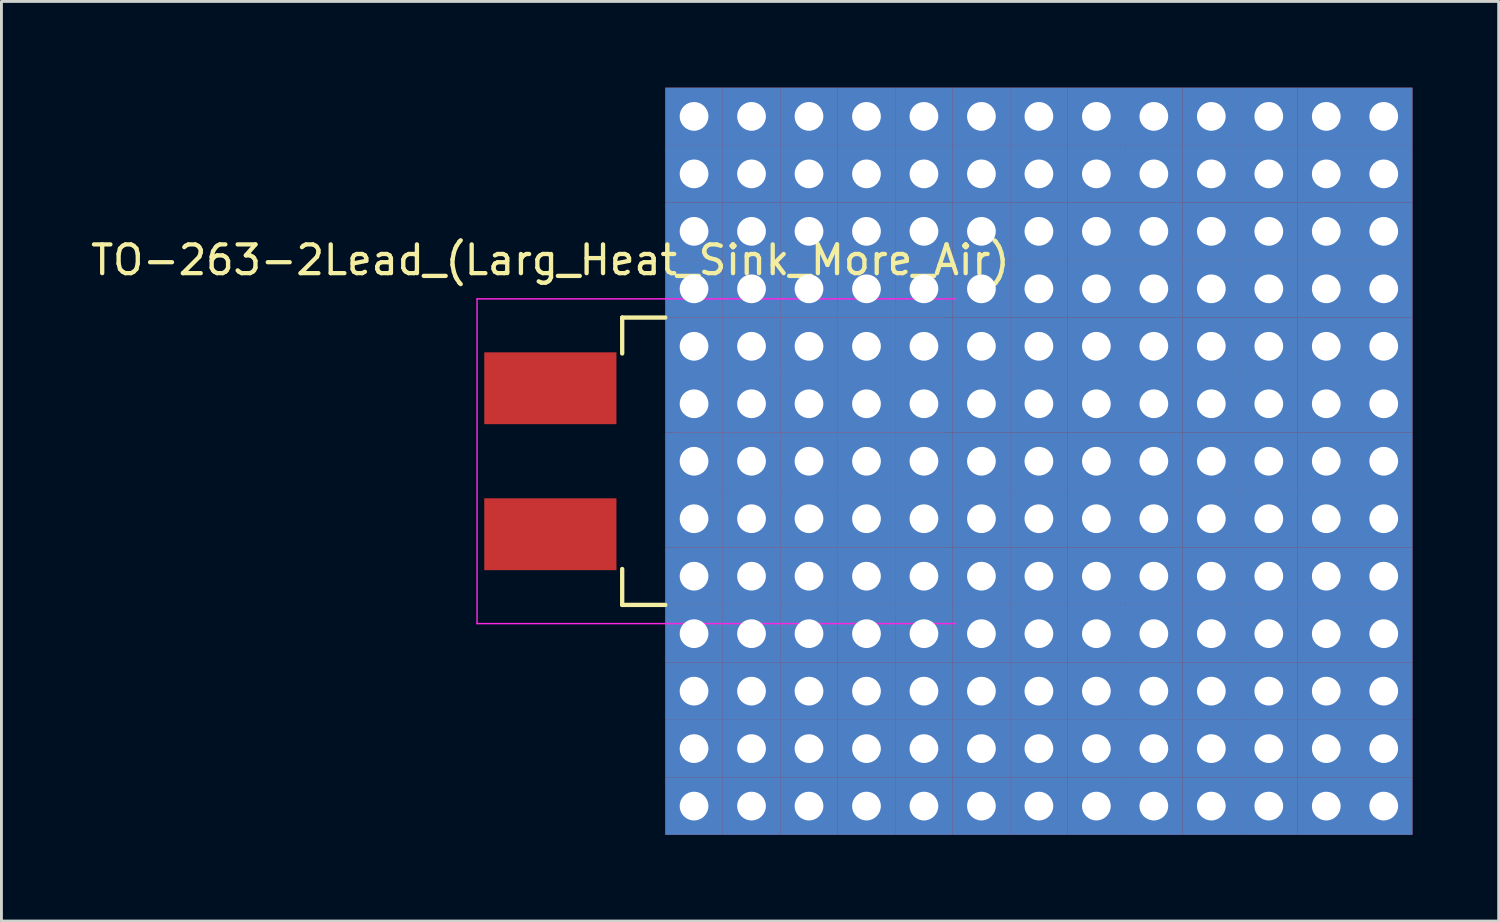
<source format=kicad_pcb>
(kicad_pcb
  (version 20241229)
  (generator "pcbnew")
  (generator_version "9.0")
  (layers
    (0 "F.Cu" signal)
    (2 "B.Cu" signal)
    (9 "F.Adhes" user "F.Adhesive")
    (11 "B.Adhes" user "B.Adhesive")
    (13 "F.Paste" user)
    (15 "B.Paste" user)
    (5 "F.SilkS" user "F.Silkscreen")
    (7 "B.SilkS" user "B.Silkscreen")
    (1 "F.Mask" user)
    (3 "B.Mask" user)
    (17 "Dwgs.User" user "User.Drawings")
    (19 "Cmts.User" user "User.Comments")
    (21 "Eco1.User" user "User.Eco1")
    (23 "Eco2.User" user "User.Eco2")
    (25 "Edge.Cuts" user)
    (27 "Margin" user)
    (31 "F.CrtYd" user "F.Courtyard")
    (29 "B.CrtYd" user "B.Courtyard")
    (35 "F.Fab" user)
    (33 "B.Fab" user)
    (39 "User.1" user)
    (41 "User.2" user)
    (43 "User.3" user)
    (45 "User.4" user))
  (footprint "TO-263-2Lead_(Larg_Heat_Sink_More_Air)"
    (layer "F.Cu")
    (at 16.101 13)
    (property "Reference" "TO-263-2Lead_(Larg_Heat_Sink_More_Air)" (at 0 -7 180) (layer "F.SilkS") (effects (font (size 1 1) (thickness 0.15))))
    (attr smd)
    (fp_line (start 2.5 -5) (end 2.5 -3.75) (stroke (width 0.15) (type solid)) (layer "F.SilkS"))
    (fp_line (start 2.5 -5) (end 4 -5) (stroke (width 0.15) (type solid)) (layer "F.SilkS"))
    (fp_line (start 2.5 5) (end 2.5 3.75) (stroke (width 0.15) (type solid)) (layer "F.SilkS"))
    (fp_line (start 2.5 5) (end 4 5) (stroke (width 0.15) (type solid)) (layer "F.SilkS"))
    (fp_line (start -2.55 -5.65) (end -2.55 5.65) (stroke (width 0.05) (type solid)) (layer "F.CrtYd"))
    (fp_line (start 14.1 -5.65) (end -2.55 -5.65) (stroke (width 0.05) (type solid)) (layer "F.CrtYd"))
    (fp_line (start 14.1 5.65) (end -2.55 5.65) (stroke (width 0.05) (type solid)) (layer "F.CrtYd"))
    (pad "1" smd rect (at 0 -2.54) (size 4.6 2.5) (layers "F.Cu" "F.Mask" "F.Paste"))
    (pad "3" smd rect (at 0 2.54) (size 4.6 2.5) (layers "F.Cu" "F.Mask" "F.Paste"))
    (pad "4" thru_hole rect (at 5 -12) (size 2 2) (drill 1) (layers "*.Cu" "*.Mask"))
    (pad "4" thru_hole rect (at 5 -10) (size 2 2) (drill 1) (layers "*.Cu" "*.Mask"))
    (pad "4" thru_hole rect (at 5 -8) (size 2 2) (drill 1) (layers "*.Cu" "*.Mask"))
    (pad "4" thru_hole rect (at 5 -6) (size 2 2) (drill 1) (layers "*.Cu" "*.Mask"))
    (pad "4" thru_hole rect (at 5 -4) (size 2 2) (drill 1) (layers "*.Cu" "*.Mask"))
    (pad "4" thru_hole rect (at 5 -2) (size 2 2) (drill 1) (layers "*.Cu" "*.Mask"))
    (pad "4" thru_hole rect (at 5 0) (size 2 2) (drill 1) (layers "*.Cu" "*.Mask"))
    (pad "4" thru_hole rect (at 5 2) (size 2 2) (drill 1) (layers "*.Cu" "*.Mask"))
    (pad "4" thru_hole rect (at 5 4) (size 2 2) (drill 1) (layers "*.Cu" "*.Mask"))
    (pad "4" thru_hole rect (at 5 6) (size 2 2) (drill 1) (layers "*.Cu" "*.Mask"))
    (pad "4" thru_hole rect (at 5 8) (size 2 2) (drill 1) (layers "*.Cu" "*.Mask"))
    (pad "4" thru_hole rect (at 5 10) (size 2 2) (drill 1) (layers "*.Cu" "*.Mask"))
    (pad "4" thru_hole rect (at 5 12) (size 2 2) (drill 1) (layers "*.Cu" "*.Mask"))
    (pad "4" thru_hole rect (at 7 -12) (size 2 2) (drill 1) (layers "*.Cu" "*.Mask"))
    (pad "4" thru_hole rect (at 7 -10) (size 2 2) (drill 1) (layers "*.Cu" "*.Mask"))
    (pad "4" thru_hole rect (at 7 -8) (size 2 2) (drill 1) (layers "*.Cu" "*.Mask"))
    (pad "4" thru_hole rect (at 7 -6) (size 2 2) (drill 1) (layers "*.Cu" "*.Mask"))
    (pad "4" thru_hole rect (at 7 -4) (size 2 2) (drill 1) (layers "*.Cu" "*.Mask"))
    (pad "4" thru_hole rect (at 7 -2) (size 2 2) (drill 1) (layers "*.Cu" "*.Mask"))
    (pad "4" thru_hole rect (at 7 0) (size 2 2) (drill 1) (layers "*.Cu" "*.Mask"))
    (pad "4" thru_hole rect (at 7 2) (size 2 2) (drill 1) (layers "*.Cu" "*.Mask"))
    (pad "4" thru_hole rect (at 7 4) (size 2 2) (drill 1) (layers "*.Cu" "*.Mask"))
    (pad "4" thru_hole rect (at 7 6) (size 2 2) (drill 1) (layers "*.Cu" "*.Mask"))
    (pad "4" thru_hole rect (at 7 8) (size 2 2) (drill 1) (layers "*.Cu" "*.Mask"))
    (pad "4" thru_hole rect (at 7 10) (size 2 2) (drill 1) (layers "*.Cu" "*.Mask"))
    (pad "4" thru_hole rect (at 7 12) (size 2 2) (drill 1) (layers "*.Cu" "*.Mask"))
    (pad "4" thru_hole rect (at 9 -12) (size 2 2) (drill 1) (layers "*.Cu" "*.Mask"))
    (pad "4" thru_hole rect (at 9 -10) (size 2 2) (drill 1) (layers "*.Cu" "*.Mask"))
    (pad "4" thru_hole rect (at 9 -8) (size 2 2) (drill 1) (layers "*.Cu" "*.Mask"))
    (pad "4" thru_hole rect (at 9 -6) (size 2 2) (drill 1) (layers "*.Cu" "*.Mask"))
    (pad "4" thru_hole rect (at 9 -4) (size 2 2) (drill 1) (layers "*.Cu" "*.Mask"))
    (pad "4" thru_hole rect (at 9 -2) (size 2 2) (drill 1) (layers "*.Cu" "*.Mask"))
    (pad "4" thru_hole rect (at 9 0) (size 2 2) (drill 1) (layers "*.Cu" "*.Mask"))
    (pad "4" smd rect (at 9 0) (size 9.4 10.8) (layers "F.Cu" "F.Mask" "F.Paste"))
    (pad "4" thru_hole rect (at 9 2) (size 2 2) (drill 1) (layers "*.Cu" "*.Mask"))
    (pad "4" thru_hole rect (at 9 4) (size 2 2) (drill 1) (layers "*.Cu" "*.Mask"))
    (pad "4" thru_hole rect (at 9 6) (size 2 2) (drill 1) (layers "*.Cu" "*.Mask"))
    (pad "4" thru_hole rect (at 9 8) (size 2 2) (drill 1) (layers "*.Cu" "*.Mask"))
    (pad "4" thru_hole rect (at 9 10) (size 2 2) (drill 1) (layers "*.Cu" "*.Mask"))
    (pad "4" thru_hole rect (at 9 12) (size 2 2) (drill 1) (layers "*.Cu" "*.Mask"))
    (pad "4" thru_hole rect (at 11 -12) (size 2 2) (drill 1) (layers "*.Cu" "*.Mask"))
    (pad "4" thru_hole rect (at 11 -10) (size 2 2) (drill 1) (layers "*.Cu" "*.Mask"))
    (pad "4" thru_hole rect (at 11 -8) (size 2 2) (drill 1) (layers "*.Cu" "*.Mask"))
    (pad "4" thru_hole rect (at 11 -6) (size 2 2) (drill 1) (layers "*.Cu" "*.Mask"))
    (pad "4" thru_hole rect (at 11 -4) (size 2 2) (drill 1) (layers "*.Cu" "*.Mask"))
    (pad "4" thru_hole rect (at 11 -2) (size 2 2) (drill 1) (layers "*.Cu" "*.Mask"))
    (pad "4" thru_hole rect (at 11 0) (size 2 2) (drill 1) (layers "*.Cu" "*.Mask"))
    (pad "4" thru_hole rect (at 11 2) (size 2 2) (drill 1) (layers "*.Cu" "*.Mask"))
    (pad "4" thru_hole rect (at 11 4) (size 2 2) (drill 1) (layers "*.Cu" "*.Mask"))
    (pad "4" thru_hole rect (at 11 6) (size 2 2) (drill 1) (layers "*.Cu" "*.Mask"))
    (pad "4" thru_hole rect (at 11 8) (size 2 2) (drill 1) (layers "*.Cu" "*.Mask"))
    (pad "4" thru_hole rect (at 11 10) (size 2 2) (drill 1) (layers "*.Cu" "*.Mask"))
    (pad "4" thru_hole rect (at 11 12) (size 2 2) (drill 1) (layers "*.Cu" "*.Mask"))
    (pad "4" thru_hole rect (at 13 -12) (size 2 2) (drill 1) (layers "*.Cu" "*.Mask"))
    (pad "4" thru_hole rect (at 13 -10) (size 2 2) (drill 1) (layers "*.Cu" "*.Mask"))
    (pad "4" thru_hole rect (at 13 -8) (size 2 2) (drill 1) (layers "*.Cu" "*.Mask"))
    (pad "4" thru_hole rect (at 13 -6) (size 2 2) (drill 1) (layers "*.Cu" "*.Mask"))
    (pad "4" thru_hole rect (at 13 -4) (size 2 2) (drill 1) (layers "*.Cu" "*.Mask"))
    (pad "4" thru_hole rect (at 13 -2) (size 2 2) (drill 1) (layers "*.Cu" "*.Mask"))
    (pad "4" thru_hole rect (at 13 0) (size 2 2) (drill 1) (layers "*.Cu" "*.Mask"))
    (pad "4" thru_hole rect (at 13 2) (size 2 2) (drill 1) (layers "*.Cu" "*.Mask"))
    (pad "4" thru_hole rect (at 13 4) (size 2 2) (drill 1) (layers "*.Cu" "*.Mask"))
    (pad "4" thru_hole rect (at 13 6) (size 2 2) (drill 1) (layers "*.Cu" "*.Mask"))
    (pad "4" thru_hole rect (at 13 8) (size 2 2) (drill 1) (layers "*.Cu" "*.Mask"))
    (pad "4" thru_hole rect (at 13 10) (size 2 2) (drill 1) (layers "*.Cu" "*.Mask"))
    (pad "4" thru_hole rect (at 13 12) (size 2 2) (drill 1) (layers "*.Cu" "*.Mask"))
    (pad "4" thru_hole rect (at 15 -12) (size 2 2) (drill 1) (layers "*.Cu" "*.Mask"))
    (pad "4" thru_hole rect (at 15 -10) (size 2 2) (drill 1) (layers "*.Cu" "*.Mask"))
    (pad "4" thru_hole rect (at 15 -8) (size 2 2) (drill 1) (layers "*.Cu" "*.Mask"))
    (pad "4" thru_hole rect (at 15 -6) (size 2 2) (drill 1) (layers "*.Cu" "*.Mask"))
    (pad "4" thru_hole rect (at 15 -4) (size 2 2) (drill 1) (layers "*.Cu" "*.Mask"))
    (pad "4" thru_hole rect (at 15 -2) (size 2 2) (drill 1) (layers "*.Cu" "*.Mask"))
    (pad "4" thru_hole rect (at 15 0) (size 2 2) (drill 1) (layers "*.Cu" "*.Mask"))
    (pad "4" thru_hole rect (at 15 2) (size 2 2) (drill 1) (layers "*.Cu" "*.Mask"))
    (pad "4" thru_hole rect (at 15 4) (size 2 2) (drill 1) (layers "*.Cu" "*.Mask"))
    (pad "4" thru_hole rect (at 15 6) (size 2 2) (drill 1) (layers "*.Cu" "*.Mask"))
    (pad "4" thru_hole rect (at 15 8) (size 2 2) (drill 1) (layers "*.Cu" "*.Mask"))
    (pad "4" thru_hole rect (at 15 10) (size 2 2) (drill 1) (layers "*.Cu" "*.Mask"))
    (pad "4" thru_hole rect (at 15 12) (size 2 2) (drill 1) (layers "*.Cu" "*.Mask"))
    (pad "4" thru_hole rect (at 17 -12) (size 2 2) (drill 1) (layers "*.Cu" "*.Mask"))
    (pad "4" thru_hole rect (at 17 -10) (size 2 2) (drill 1) (layers "*.Cu" "*.Mask"))
    (pad "4" thru_hole rect (at 17 -8) (size 2 2) (drill 1) (layers "*.Cu" "*.Mask"))
    (pad "4" thru_hole rect (at 17 -6) (size 2 2) (drill 1) (layers "*.Cu" "*.Mask"))
    (pad "4" thru_hole rect (at 17 -4) (size 2 2) (drill 1) (layers "*.Cu" "*.Mask"))
    (pad "4" thru_hole rect (at 17 -2) (size 2 2) (drill 1) (layers "*.Cu" "*.Mask"))
    (pad "4" thru_hole rect (at 17 0) (size 2 2) (drill 1) (layers "*.Cu" "*.Mask"))
    (pad "4" thru_hole rect (at 17 2) (size 2 2) (drill 1) (layers "*.Cu" "*.Mask"))
    (pad "4" thru_hole rect (at 17 4) (size 2 2) (drill 1) (layers "*.Cu" "*.Mask"))
    (pad "4" thru_hole rect (at 17 6) (size 2 2) (drill 1) (layers "*.Cu" "*.Mask"))
    (pad "4" thru_hole rect (at 17 8) (size 2 2) (drill 1) (layers "*.Cu" "*.Mask"))
    (pad "4" thru_hole rect (at 17 10) (size 2 2) (drill 1) (layers "*.Cu" "*.Mask"))
    (pad "4" thru_hole rect (at 17 12) (size 2 2) (drill 1) (layers "*.Cu" "*.Mask"))
    (pad "4" thru_hole rect (at 19 -12) (size 2 2) (drill 1) (layers "*.Cu" "*.Mask"))
    (pad "4" thru_hole rect (at 19 -10) (size 2 2) (drill 1) (layers "*.Cu" "*.Mask"))
    (pad "4" thru_hole rect (at 19 -8) (size 2 2) (drill 1) (layers "*.Cu" "*.Mask"))
    (pad "4" thru_hole rect (at 19 -6) (size 2 2) (drill 1) (layers "*.Cu" "*.Mask"))
    (pad "4" thru_hole rect (at 19 -4) (size 2 2) (drill 1) (layers "*.Cu" "*.Mask"))
    (pad "4" thru_hole rect (at 19 -2) (size 2 2) (drill 1) (layers "*.Cu" "*.Mask"))
    (pad "4" thru_hole rect (at 19 0) (size 2 2) (drill 1) (layers "*.Cu" "*.Mask"))
    (pad "4" thru_hole rect (at 19 2) (size 2 2) (drill 1) (layers "*.Cu" "*.Mask"))
    (pad "4" thru_hole rect (at 19 4) (size 2 2) (drill 1) (layers "*.Cu" "*.Mask"))
    (pad "4" thru_hole rect (at 19 6) (size 2 2) (drill 1) (layers "*.Cu" "*.Mask"))
    (pad "4" thru_hole rect (at 19 8) (size 2 2) (drill 1) (layers "*.Cu" "*.Mask"))
    (pad "4" thru_hole rect (at 19 10) (size 2 2) (drill 1) (layers "*.Cu" "*.Mask"))
    (pad "4" thru_hole rect (at 19 12) (size 2 2) (drill 1) (layers "*.Cu" "*.Mask"))
    (pad "4" thru_hole rect (at 21 -12) (size 2 2) (drill 1) (layers "*.Cu" "*.Mask"))
    (pad "4" thru_hole rect (at 21 -10) (size 2 2) (drill 1) (layers "*.Cu" "*.Mask"))
    (pad "4" thru_hole rect (at 21 -8) (size 2 2) (drill 1) (layers "*.Cu" "*.Mask"))
    (pad "4" thru_hole rect (at 21 -6) (size 2 2) (drill 1) (layers "*.Cu" "*.Mask"))
    (pad "4" thru_hole rect (at 21 -4) (size 2 2) (drill 1) (layers "*.Cu" "*.Mask"))
    (pad "4" thru_hole rect (at 21 -2) (size 2 2) (drill 1) (layers "*.Cu" "*.Mask"))
    (pad "4" thru_hole rect (at 21 0) (size 2 2) (drill 1) (layers "*.Cu" "*.Mask"))
    (pad "4" thru_hole rect (at 21 2) (size 2 2) (drill 1) (layers "*.Cu" "*.Mask"))
    (pad "4" thru_hole rect (at 21 4) (size 2 2) (drill 1) (layers "*.Cu" "*.Mask"))
    (pad "4" thru_hole rect (at 21 6) (size 2 2) (drill 1) (layers "*.Cu" "*.Mask"))
    (pad "4" thru_hole rect (at 21 8) (size 2 2) (drill 1) (layers "*.Cu" "*.Mask"))
    (pad "4" thru_hole rect (at 21 10) (size 2 2) (drill 1) (layers "*.Cu" "*.Mask"))
    (pad "4" thru_hole rect (at 21 12) (size 2 2) (drill 1) (layers "*.Cu" "*.Mask"))
    (pad "4" thru_hole rect (at 23 -12) (size 2 2) (drill 1) (layers "*.Cu" "*.Mask"))
    (pad "4" thru_hole rect (at 23 -10) (size 2 2) (drill 1) (layers "*.Cu" "*.Mask"))
    (pad "4" thru_hole rect (at 23 -8) (size 2 2) (drill 1) (layers "*.Cu" "*.Mask"))
    (pad "4" thru_hole rect (at 23 -6) (size 2 2) (drill 1) (layers "*.Cu" "*.Mask"))
    (pad "4" thru_hole rect (at 23 -4) (size 2 2) (drill 1) (layers "*.Cu" "*.Mask"))
    (pad "4" thru_hole rect (at 23 -2) (size 2 2) (drill 1) (layers "*.Cu" "*.Mask"))
    (pad "4" thru_hole rect (at 23 0) (size 2 2) (drill 1) (layers "*.Cu" "*.Mask"))
    (pad "4" thru_hole rect (at 23 2) (size 2 2) (drill 1) (layers "*.Cu" "*.Mask"))
    (pad "4" thru_hole rect (at 23 4) (size 2 2) (drill 1) (layers "*.Cu" "*.Mask"))
    (pad "4" thru_hole rect (at 23 6) (size 2 2) (drill 1) (layers "*.Cu" "*.Mask"))
    (pad "4" thru_hole rect (at 23 8) (size 2 2) (drill 1) (layers "*.Cu" "*.Mask"))
    (pad "4" thru_hole rect (at 23 10) (size 2 2) (drill 1) (layers "*.Cu" "*.Mask"))
    (pad "4" thru_hole rect (at 23 12) (size 2 2) (drill 1) (layers "*.Cu" "*.Mask"))
    (pad "4" thru_hole rect (at 25 -12) (size 2 2) (drill 1) (layers "*.Cu" "*.Mask"))
    (pad "4" thru_hole rect (at 25 -10) (size 2 2) (drill 1) (layers "*.Cu" "*.Mask"))
    (pad "4" thru_hole rect (at 25 -8) (size 2 2) (drill 1) (layers "*.Cu" "*.Mask"))
    (pad "4" thru_hole rect (at 25 -6) (size 2 2) (drill 1) (layers "*.Cu" "*.Mask"))
    (pad "4" thru_hole rect (at 25 -4) (size 2 2) (drill 1) (layers "*.Cu" "*.Mask"))
    (pad "4" thru_hole rect (at 25 -2) (size 2 2) (drill 1) (layers "*.Cu" "*.Mask"))
    (pad "4" thru_hole rect (at 25 0) (size 2 2) (drill 1) (layers "*.Cu" "*.Mask"))
    (pad "4" thru_hole rect (at 25 2) (size 2 2) (drill 1) (layers "*.Cu" "*.Mask"))
    (pad "4" thru_hole rect (at 25 4) (size 2 2) (drill 1) (layers "*.Cu" "*.Mask"))
    (pad "4" thru_hole rect (at 25 6) (size 2 2) (drill 1) (layers "*.Cu" "*.Mask"))
    (pad "4" thru_hole rect (at 25 8) (size 2 2) (drill 1) (layers "*.Cu" "*.Mask"))
    (pad "4" thru_hole rect (at 25 10) (size 2 2) (drill 1) (layers "*.Cu" "*.Mask"))
    (pad "4" thru_hole rect (at 25 12) (size 2 2) (drill 1) (layers "*.Cu" "*.Mask"))
    (pad "4" thru_hole rect (at 27 -12) (size 2 2) (drill 1) (layers "*.Cu" "*.Mask"))
    (pad "4" thru_hole rect (at 27 -10) (size 2 2) (drill 1) (layers "*.Cu" "*.Mask"))
    (pad "4" thru_hole rect (at 27 -8) (size 2 2) (drill 1) (layers "*.Cu" "*.Mask"))
    (pad "4" thru_hole rect (at 27 -6) (size 2 2) (drill 1) (layers "*.Cu" "*.Mask"))
    (pad "4" thru_hole rect (at 27 -4) (size 2 2) (drill 1) (layers "*.Cu" "*.Mask"))
    (pad "4" thru_hole rect (at 27 -2) (size 2 2) (drill 1) (layers "*.Cu" "*.Mask"))
    (pad "4" thru_hole rect (at 27 0) (size 2 2) (drill 1) (layers "*.Cu" "*.Mask"))
    (pad "4" thru_hole rect (at 27 2) (size 2 2) (drill 1) (layers "*.Cu" "*.Mask"))
    (pad "4" thru_hole rect (at 27 4) (size 2 2) (drill 1) (layers "*.Cu" "*.Mask"))
    (pad "4" thru_hole rect (at 27 6) (size 2 2) (drill 1) (layers "*.Cu" "*.Mask"))
    (pad "4" thru_hole rect (at 27 8) (size 2 2) (drill 1) (layers "*.Cu" "*.Mask"))
    (pad "4" thru_hole rect (at 27 10) (size 2 2) (drill 1) (layers "*.Cu" "*.Mask"))
    (pad "4" thru_hole rect (at 27 12) (size 2 2) (drill 1) (layers "*.Cu" "*.Mask"))
    (pad "4" thru_hole rect (at 29 -12) (size 2 2) (drill 1) (layers "*.Cu" "*.Mask"))
    (pad "4" thru_hole rect (at 29 -10) (size 2 2) (drill 1) (layers "*.Cu" "*.Mask"))
    (pad "4" thru_hole rect (at 29 -8) (size 2 2) (drill 1) (layers "*.Cu" "*.Mask"))
    (pad "4" thru_hole rect (at 29 -6) (size 2 2) (drill 1) (layers "*.Cu" "*.Mask"))
    (pad "4" thru_hole rect (at 29 -4) (size 2 2) (drill 1) (layers "*.Cu" "*.Mask"))
    (pad "4" thru_hole rect (at 29 -2) (size 2 2) (drill 1) (layers "*.Cu" "*.Mask"))
    (pad "4" thru_hole rect (at 29 0) (size 2 2) (drill 1) (layers "*.Cu" "*.Mask"))
    (pad "4" thru_hole rect (at 29 2) (size 2 2) (drill 1) (layers "*.Cu" "*.Mask"))
    (pad "4" thru_hole rect (at 29 4) (size 2 2) (drill 1) (layers "*.Cu" "*.Mask"))
    (pad "4" thru_hole rect (at 29 6) (size 2 2) (drill 1) (layers "*.Cu" "*.Mask"))
    (pad "4" thru_hole rect (at 29 8) (size 2 2) (drill 1) (layers "*.Cu" "*.Mask"))
    (pad "4" thru_hole rect (at 29 10) (size 2 2) (drill 1) (layers "*.Cu" "*.Mask"))
    (pad "4" thru_hole rect (at 29 12) (size 2 2) (drill 1) (layers "*.Cu" "*.Mask")))
  (gr_rect
    (start -3 -3)
    (end 49.101 29)
    (stroke (width 0.1) (type default))
    (fill no)
    (layer "Edge.Cuts")))
</source>
